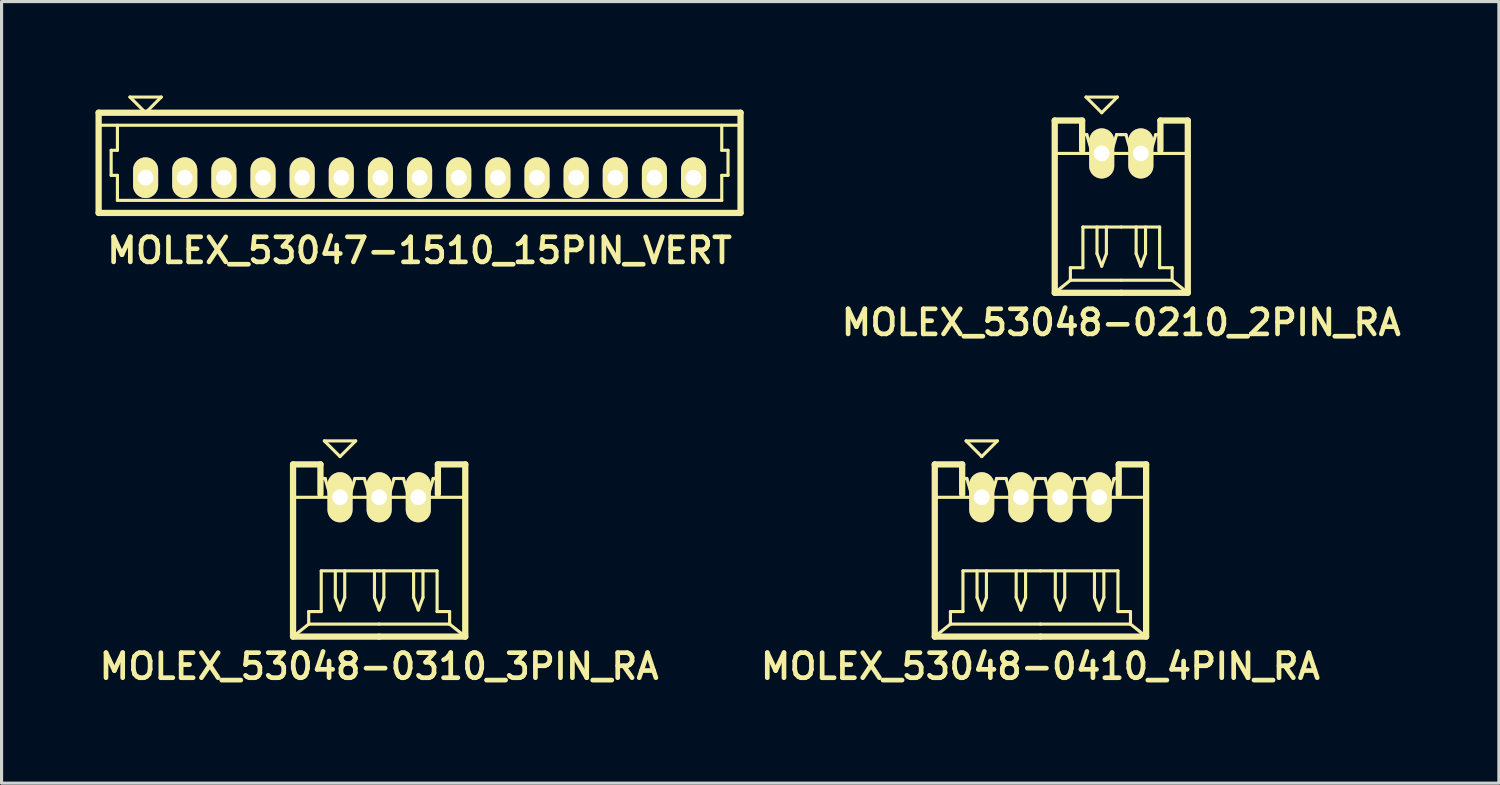
<source format=kicad_pcb>
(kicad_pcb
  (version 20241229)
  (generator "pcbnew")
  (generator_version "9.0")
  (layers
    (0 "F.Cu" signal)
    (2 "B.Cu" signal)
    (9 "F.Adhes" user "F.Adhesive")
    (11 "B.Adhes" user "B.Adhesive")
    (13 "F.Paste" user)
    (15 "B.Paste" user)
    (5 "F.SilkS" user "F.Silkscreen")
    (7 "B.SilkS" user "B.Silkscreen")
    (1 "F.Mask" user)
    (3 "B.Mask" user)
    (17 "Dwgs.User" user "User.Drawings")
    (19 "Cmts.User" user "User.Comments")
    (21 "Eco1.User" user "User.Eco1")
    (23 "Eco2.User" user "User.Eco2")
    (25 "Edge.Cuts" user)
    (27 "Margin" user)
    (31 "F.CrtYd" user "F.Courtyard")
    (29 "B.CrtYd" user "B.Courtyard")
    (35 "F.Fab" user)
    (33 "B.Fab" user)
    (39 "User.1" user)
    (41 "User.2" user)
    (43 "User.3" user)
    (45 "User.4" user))
  (footprint "MOLEX_53048-0310_3PIN_RA"
    (layer "F.Cu")
    (at 9.059 14.531)
    (property "Reference" "MOLEX_53048-0310_3PIN_RA" (at 0 3.7 0) (layer "F.SilkS") (effects (font (size 0.8 0.8) (thickness 0.15))))
    (attr through_hole)
    (fp_line (start -2.75 -2.75) (end -1.875 -2.75) (stroke (width 0.2) (type solid)) (layer "F.SilkS"))
    (fp_line (start -2.75 -1.7) (end 2.75 -1.7) (stroke (width 0.1) (type solid)) (layer "F.SilkS"))
    (fp_line (start -2.75 2.75) (end -2.75 -2.75) (stroke (width 0.2) (type solid)) (layer "F.SilkS"))
    (fp_line (start -2.25 1.95) (end -2.25 2.35) (stroke (width 0.1) (type solid)) (layer "F.SilkS"))
    (fp_line (start -2.25 2.35) (end -2.75 2.75) (stroke (width 0.1) (type solid)) (layer "F.SilkS"))
    (fp_line (start -2.25 2.35) (end 0 2.35) (stroke (width 0.1) (type solid)) (layer "F.SilkS"))
    (fp_line (start -1.875 -2.75) (end -1.875 -1.8) (stroke (width 0.2) (type solid)) (layer "F.SilkS"))
    (fp_line (start -1.875 -2.3) (end -1.725 -2.3) (stroke (width 0.1) (type solid)) (layer "F.SilkS"))
    (fp_line (start -1.85 0.65) (end -1.85 1.95) (stroke (width 0.1) (type solid)) (layer "F.SilkS"))
    (fp_line (start -1.85 1.95) (end -2.25 1.95) (stroke (width 0.1) (type solid)) (layer "F.SilkS"))
    (fp_line (start -1.75 -3.5) (end -1.25 -3) (stroke (width 0.1) (type solid)) (layer "F.SilkS"))
    (fp_line (start -1.725 -2.3) (end -1.55 -1.7) (stroke (width 0.1) (type solid)) (layer "F.SilkS"))
    (fp_line (start -1.55 -1.7) (end -0.95 -1.7) (stroke (width 0.1) (type solid)) (layer "F.SilkS"))
    (fp_line (start -1.4 0.65) (end -1.4 1.5) (stroke (width 0.1) (type solid)) (layer "F.SilkS"))
    (fp_line (start -1.4 1.5) (end -1.25 1.9) (stroke (width 0.1) (type solid)) (layer "F.SilkS"))
    (fp_line (start -1.25 -3) (end -0.75 -3.5) (stroke (width 0.1) (type solid)) (layer "F.SilkS"))
    (fp_line (start -1.25 1.9) (end -1.1 1.5) (stroke (width 0.1) (type solid)) (layer "F.SilkS"))
    (fp_line (start -1.1 1.5) (end -1.1 0.65) (stroke (width 0.1) (type solid)) (layer "F.SilkS"))
    (fp_line (start -0.95 -1.7) (end -0.775 -2.3) (stroke (width 0.1) (type solid)) (layer "F.SilkS"))
    (fp_line (start -0.775 -2.3) (end -0.625 -2.3) (stroke (width 0.1) (type solid)) (layer "F.SilkS"))
    (fp_line (start -0.75 -3.5) (end -1.75 -3.5) (stroke (width 0.1) (type solid)) (layer "F.SilkS"))
    (fp_line (start -0.625 -2.3) (end -0.475 -2.3) (stroke (width 0.1) (type solid)) (layer "F.SilkS"))
    (fp_line (start -0.475 -2.3) (end -0.3 -1.7) (stroke (width 0.1) (type solid)) (layer "F.SilkS"))
    (fp_line (start -0.3 -1.7) (end 0.3 -1.7) (stroke (width 0.1) (type solid)) (layer "F.SilkS"))
    (fp_line (start -0.15 0.65) (end -0.15 1.5) (stroke (width 0.1) (type solid)) (layer "F.SilkS"))
    (fp_line (start -0.15 1.5) (end 0 1.9) (stroke (width 0.1) (type solid)) (layer "F.SilkS"))
    (fp_line (start 0 0.65) (end -1.85 0.65) (stroke (width 0.1) (type solid)) (layer "F.SilkS"))
    (fp_line (start 0 0.65) (end 1.85 0.65) (stroke (width 0.1) (type solid)) (layer "F.SilkS"))
    (fp_line (start 0 1.9) (end 0.15 1.5) (stroke (width 0.1) (type solid)) (layer "F.SilkS"))
    (fp_line (start 0 2.75) (end -2.75 2.75) (stroke (width 0.2) (type solid)) (layer "F.SilkS"))
    (fp_line (start 0 2.75) (end 2.75 2.75) (stroke (width 0.2) (type solid)) (layer "F.SilkS"))
    (fp_line (start 0.15 1.5) (end 0.15 0.65) (stroke (width 0.1) (type solid)) (layer "F.SilkS"))
    (fp_line (start 0.3 -1.7) (end 0.475 -2.3) (stroke (width 0.1) (type solid)) (layer "F.SilkS"))
    (fp_line (start 0.475 -2.3) (end 0.625 -2.3) (stroke (width 0.1) (type solid)) (layer "F.SilkS"))
    (fp_line (start 0.625 -2.3) (end 0.775 -2.3) (stroke (width 0.1) (type solid)) (layer "F.SilkS"))
    (fp_line (start 0.775 -2.3) (end 0.95 -1.7) (stroke (width 0.1) (type solid)) (layer "F.SilkS"))
    (fp_line (start 0.95 -1.7) (end 1.55 -1.7) (stroke (width 0.1) (type solid)) (layer "F.SilkS"))
    (fp_line (start 1.1 0.65) (end 1.1 1.5) (stroke (width 0.1) (type solid)) (layer "F.SilkS"))
    (fp_line (start 1.1 1.5) (end 1.25 1.9) (stroke (width 0.1) (type solid)) (layer "F.SilkS"))
    (fp_line (start 1.25 1.9) (end 1.4 1.5) (stroke (width 0.1) (type solid)) (layer "F.SilkS"))
    (fp_line (start 1.4 1.5) (end 1.4 0.65) (stroke (width 0.1) (type solid)) (layer "F.SilkS"))
    (fp_line (start 1.55 -1.7) (end 1.725 -2.3) (stroke (width 0.1) (type solid)) (layer "F.SilkS"))
    (fp_line (start 1.725 -2.3) (end 1.875 -2.3) (stroke (width 0.1) (type solid)) (layer "F.SilkS"))
    (fp_line (start 1.85 0.65) (end 1.85 1.95) (stroke (width 0.1) (type solid)) (layer "F.SilkS"))
    (fp_line (start 1.85 1.95) (end 2.25 1.95) (stroke (width 0.1) (type solid)) (layer "F.SilkS"))
    (fp_line (start 1.875 -2.75) (end 1.875 -1.8) (stroke (width 0.2) (type solid)) (layer "F.SilkS"))
    (fp_line (start 2.25 1.95) (end 2.25 2.35) (stroke (width 0.1) (type solid)) (layer "F.SilkS"))
    (fp_line (start 2.25 2.35) (end 0 2.35) (stroke (width 0.1) (type solid)) (layer "F.SilkS"))
    (fp_line (start 2.25 2.35) (end 2.75 2.75) (stroke (width 0.1) (type solid)) (layer "F.SilkS"))
    (fp_line (start 2.75 -2.75) (end 1.875 -2.75) (stroke (width 0.2) (type solid)) (layer "F.SilkS"))
    (fp_line (start 2.75 2.75) (end 2.75 -2.75) (stroke (width 0.2) (type solid)) (layer "F.SilkS"))
    (pad "1" thru_hole oval (at -1.25 -1.7) (size 0.8 1.6) (drill 0.5) (layers "*.Cu" "*.Mask" "F.SilkS"))
    (pad "2" thru_hole oval (at 0 -1.7) (size 0.8 1.6) (drill 0.5) (layers "*.Cu" "*.Mask" "F.SilkS"))
    (pad "3" thru_hole oval (at 1.25 -1.7) (size 0.8 1.6) (drill 0.5) (layers "*.Cu" "*.Mask" "F.SilkS")))
  (footprint "MOLEX_53048-0210_2PIN_RA"
    (layer "F.Cu")
    (at 32.759 3.55)
    (property "Reference" "MOLEX_53048-0210_2PIN_RA" (at 0 3.7 0) (layer "F.SilkS") (effects (font (size 0.8 0.8) (thickness 0.15))))
    (attr through_hole)
    (fp_line (start -2.125 -2.75) (end -1.25 -2.75) (stroke (width 0.2) (type solid)) (layer "F.SilkS"))
    (fp_line (start -2.125 -1.7) (end 2.125 -1.7) (stroke (width 0.1) (type solid)) (layer "F.SilkS"))
    (fp_line (start -2.125 2.75) (end -2.125 -2.75) (stroke (width 0.2) (type solid)) (layer "F.SilkS"))
    (fp_line (start -1.625 1.95) (end -1.625 2.35) (stroke (width 0.1) (type solid)) (layer "F.SilkS"))
    (fp_line (start -1.625 2.35) (end -2.125 2.75) (stroke (width 0.1) (type solid)) (layer "F.SilkS"))
    (fp_line (start -1.625 2.35) (end 0 2.35) (stroke (width 0.1) (type solid)) (layer "F.SilkS"))
    (fp_line (start -1.25 -2.75) (end -1.25 -1.8) (stroke (width 0.2) (type solid)) (layer "F.SilkS"))
    (fp_line (start -1.25 -2.3) (end -1.1 -2.3) (stroke (width 0.1) (type solid)) (layer "F.SilkS"))
    (fp_line (start -1.225 0.65) (end -1.225 1.95) (stroke (width 0.1) (type solid)) (layer "F.SilkS"))
    (fp_line (start -1.225 1.95) (end -1.625 1.95) (stroke (width 0.1) (type solid)) (layer "F.SilkS"))
    (fp_line (start -1.125 -3.5) (end -0.625 -3) (stroke (width 0.1) (type solid)) (layer "F.SilkS"))
    (fp_line (start -1.1 -2.3) (end -0.925 -1.7) (stroke (width 0.1) (type solid)) (layer "F.SilkS"))
    (fp_line (start -0.925 -1.7) (end -0.325 -1.7) (stroke (width 0.1) (type solid)) (layer "F.SilkS"))
    (fp_line (start -0.775 0.65) (end -0.775 1.5) (stroke (width 0.1) (type solid)) (layer "F.SilkS"))
    (fp_line (start -0.775 1.5) (end -0.625 1.9) (stroke (width 0.1) (type solid)) (layer "F.SilkS"))
    (fp_line (start -0.625 -3) (end -0.125 -3.5) (stroke (width 0.1) (type solid)) (layer "F.SilkS"))
    (fp_line (start -0.625 1.9) (end -0.475 1.5) (stroke (width 0.1) (type solid)) (layer "F.SilkS"))
    (fp_line (start -0.475 1.5) (end -0.475 0.65) (stroke (width 0.1) (type solid)) (layer "F.SilkS"))
    (fp_line (start -0.325 -1.7) (end -0.15 -2.3) (stroke (width 0.1) (type solid)) (layer "F.SilkS"))
    (fp_line (start -0.15 -2.3) (end 0 -2.3) (stroke (width 0.1) (type solid)) (layer "F.SilkS"))
    (fp_line (start -0.125 -3.5) (end -1.125 -3.5) (stroke (width 0.1) (type solid)) (layer "F.SilkS"))
    (fp_line (start 0 -2.3) (end 0.15 -2.3) (stroke (width 0.1) (type solid)) (layer "F.SilkS"))
    (fp_line (start 0 0.65) (end -1.225 0.65) (stroke (width 0.1) (type solid)) (layer "F.SilkS"))
    (fp_line (start 0 0.65) (end 1.225 0.65) (stroke (width 0.1) (type solid)) (layer "F.SilkS"))
    (fp_line (start 0 2.75) (end -2.125 2.75) (stroke (width 0.2) (type solid)) (layer "F.SilkS"))
    (fp_line (start 0 2.75) (end 2.125 2.75) (stroke (width 0.2) (type solid)) (layer "F.SilkS"))
    (fp_line (start 0.15 -2.3) (end 0.325 -1.7) (stroke (width 0.1) (type solid)) (layer "F.SilkS"))
    (fp_line (start 0.325 -1.7) (end 0.925 -1.7) (stroke (width 0.1) (type solid)) (layer "F.SilkS"))
    (fp_line (start 0.475 0.65) (end 0.475 1.5) (stroke (width 0.1) (type solid)) (layer "F.SilkS"))
    (fp_line (start 0.475 1.5) (end 0.625 1.9) (stroke (width 0.1) (type solid)) (layer "F.SilkS"))
    (fp_line (start 0.625 1.9) (end 0.775 1.5) (stroke (width 0.1) (type solid)) (layer "F.SilkS"))
    (fp_line (start 0.775 1.5) (end 0.775 0.65) (stroke (width 0.1) (type solid)) (layer "F.SilkS"))
    (fp_line (start 0.925 -1.7) (end 1.1 -2.3) (stroke (width 0.1) (type solid)) (layer "F.SilkS"))
    (fp_line (start 1.1 -2.3) (end 1.25 -2.3) (stroke (width 0.1) (type solid)) (layer "F.SilkS"))
    (fp_line (start 1.225 0.65) (end 1.225 1.95) (stroke (width 0.1) (type solid)) (layer "F.SilkS"))
    (fp_line (start 1.225 1.95) (end 1.625 1.95) (stroke (width 0.1) (type solid)) (layer "F.SilkS"))
    (fp_line (start 1.25 -2.75) (end 1.25 -1.8) (stroke (width 0.2) (type solid)) (layer "F.SilkS"))
    (fp_line (start 1.625 1.95) (end 1.625 2.35) (stroke (width 0.1) (type solid)) (layer "F.SilkS"))
    (fp_line (start 1.625 2.35) (end 0 2.35) (stroke (width 0.1) (type solid)) (layer "F.SilkS"))
    (fp_line (start 1.625 2.35) (end 2.125 2.75) (stroke (width 0.1) (type solid)) (layer "F.SilkS"))
    (fp_line (start 2.125 -2.75) (end 1.25 -2.75) (stroke (width 0.2) (type solid)) (layer "F.SilkS"))
    (fp_line (start 2.125 2.75) (end 2.125 -2.75) (stroke (width 0.2) (type solid)) (layer "F.SilkS"))
    (pad "1" thru_hole oval (at -0.625 -1.7) (size 0.8 1.6) (drill 0.5) (layers "*.Cu" "*.Mask" "F.SilkS"))
    (pad "2" thru_hole oval (at 0.625 -1.7) (size 0.8 1.6) (drill 0.5) (layers "*.Cu" "*.Mask" "F.SilkS")))
  (footprint "MOLEX_53047-1510_15PIN_VERT"
    (layer "F.Cu")
    (at 10.35 2.15)
    (property "Reference" "MOLEX_53047-1510_15PIN_VERT" (at 0 2.8 0) (layer "F.SilkS") (effects (font (size 0.8 0.8) (thickness 0.15))))
    (attr through_hole)
    (fp_line (start -10.25 -1.6) (end -10.25 1.6) (stroke (width 0.2) (type solid)) (layer "F.SilkS"))
    (fp_line (start -10.25 -1.6) (end 10.25 -1.6) (stroke (width 0.2) (type solid)) (layer "F.SilkS"))
    (fp_line (start -10.25 -1.2) (end 10.25 -1.2) (stroke (width 0.1) (type solid)) (layer "F.SilkS"))
    (fp_line (start -10.25 1.6) (end 10.25 1.6) (stroke (width 0.2) (type solid)) (layer "F.SilkS"))
    (fp_line (start -9.85 -0.4) (end -9.65 -0.4) (stroke (width 0.1) (type solid)) (layer "F.SilkS"))
    (fp_line (start -9.85 0.4) (end -9.85 -0.4) (stroke (width 0.1) (type solid)) (layer "F.SilkS"))
    (fp_line (start -9.65 -0.4) (end -9.65 -1.2) (stroke (width 0.1) (type solid)) (layer "F.SilkS"))
    (fp_line (start -9.65 0.4) (end -9.85 0.4) (stroke (width 0.1) (type solid)) (layer "F.SilkS"))
    (fp_line (start -9.65 1.2) (end -9.65 0.4) (stroke (width 0.1) (type solid)) (layer "F.SilkS"))
    (fp_line (start -9.25 -2.1) (end -8.75 -1.6) (stroke (width 0.1) (type solid)) (layer "F.SilkS"))
    (fp_line (start -8.75 -1.6) (end -8.25 -2.1) (stroke (width 0.1) (type solid)) (layer "F.SilkS"))
    (fp_line (start -8.25 -2.1) (end -9.25 -2.1) (stroke (width 0.1) (type solid)) (layer "F.SilkS"))
    (fp_line (start 0 1.2) (end -9.65 1.2) (stroke (width 0.1) (type solid)) (layer "F.SilkS"))
    (fp_line (start 0 1.2) (end 9.65 1.2) (stroke (width 0.1) (type solid)) (layer "F.SilkS"))
    (fp_line (start 9.65 -0.4) (end 9.65 -1.2) (stroke (width 0.1) (type solid)) (layer "F.SilkS"))
    (fp_line (start 9.65 0.4) (end 9.85 0.4) (stroke (width 0.1) (type solid)) (layer "F.SilkS"))
    (fp_line (start 9.65 1.2) (end 9.65 0.4) (stroke (width 0.1) (type solid)) (layer "F.SilkS"))
    (fp_line (start 9.85 -0.4) (end 9.65 -0.4) (stroke (width 0.1) (type solid)) (layer "F.SilkS"))
    (fp_line (start 9.85 0.4) (end 9.85 -0.4) (stroke (width 0.1) (type solid)) (layer "F.SilkS"))
    (fp_line (start 10.25 -1.6) (end 10.25 1.6) (stroke (width 0.2) (type solid)) (layer "F.SilkS"))
    (pad "1" thru_hole oval (at -8.75 0.475) (size 0.8 1.3) (drill 0.5) (layers "*.Cu" "*.Mask" "F.SilkS"))
    (pad "2" thru_hole oval (at -7.5 0.475) (size 0.8 1.3) (drill 0.5) (layers "*.Cu" "*.Mask" "F.SilkS"))
    (pad "3" thru_hole oval (at -6.25 0.475) (size 0.8 1.3) (drill 0.5) (layers "*.Cu" "*.Mask" "F.SilkS"))
    (pad "4" thru_hole oval (at -5 0.475) (size 0.8 1.3) (drill 0.5) (layers "*.Cu" "*.Mask" "F.SilkS"))
    (pad "5" thru_hole oval (at -3.75 0.475) (size 0.8 1.3) (drill 0.5) (layers "*.Cu" "*.Mask" "F.SilkS"))
    (pad "6" thru_hole oval (at -2.5 0.475) (size 0.8 1.3) (drill 0.5) (layers "*.Cu" "*.Mask" "F.SilkS"))
    (pad "7" thru_hole oval (at -1.25 0.475) (size 0.8 1.3) (drill 0.5) (layers "*.Cu" "*.Mask" "F.SilkS"))
    (pad "8" thru_hole oval (at 0 0.475) (size 0.8 1.3) (drill 0.5) (layers "*.Cu" "*.Mask" "F.SilkS"))
    (pad "9" thru_hole oval (at 1.25 0.475) (size 0.8 1.3) (drill 0.5) (layers "*.Cu" "*.Mask" "F.SilkS"))
    (pad "10" thru_hole oval (at 2.5 0.475) (size 0.8 1.3) (drill 0.5) (layers "*.Cu" "*.Mask" "F.SilkS"))
    (pad "11" thru_hole oval (at 3.75 0.475) (size 0.8 1.3) (drill 0.5) (layers "*.Cu" "*.Mask" "F.SilkS"))
    (pad "12" thru_hole oval (at 5 0.475) (size 0.8 1.3) (drill 0.5) (layers "*.Cu" "*.Mask" "F.SilkS"))
    (pad "13" thru_hole oval (at 6.25 0.475) (size 0.8 1.3) (drill 0.5) (layers "*.Cu" "*.Mask" "F.SilkS"))
    (pad "14" thru_hole oval (at 7.5 0.475) (size 0.8 1.3) (drill 0.5) (layers "*.Cu" "*.Mask" "F.SilkS"))
    (pad "15" thru_hole oval (at 8.75 0.475) (size 0.8 1.3) (drill 0.5) (layers "*.Cu" "*.Mask" "F.SilkS")))
  (footprint "MOLEX_53048-0410_4PIN_RA"
    (layer "F.Cu")
    (at 30.178 14.531)
    (property "Reference" "MOLEX_53048-0410_4PIN_RA" (at 0 3.7 0) (layer "F.SilkS") (effects (font (size 0.8 0.8) (thickness 0.15))))
    (attr through_hole)
    (fp_line (start -3.375 -2.75) (end -2.5 -2.75) (stroke (width 0.2) (type solid)) (layer "F.SilkS"))
    (fp_line (start -3.375 -1.7) (end 3.375 -1.7) (stroke (width 0.1) (type solid)) (layer "F.SilkS"))
    (fp_line (start -3.375 2.75) (end -3.375 -2.75) (stroke (width 0.2) (type solid)) (layer "F.SilkS"))
    (fp_line (start -2.875 1.95) (end -2.875 2.35) (stroke (width 0.1) (type solid)) (layer "F.SilkS"))
    (fp_line (start -2.875 2.35) (end -3.375 2.75) (stroke (width 0.1) (type solid)) (layer "F.SilkS"))
    (fp_line (start -2.875 2.35) (end 0 2.35) (stroke (width 0.1) (type solid)) (layer "F.SilkS"))
    (fp_line (start -2.5 -2.75) (end -2.5 -1.8) (stroke (width 0.2) (type solid)) (layer "F.SilkS"))
    (fp_line (start -2.5 -2.3) (end -2.35 -2.3) (stroke (width 0.1) (type solid)) (layer "F.SilkS"))
    (fp_line (start -2.475 0.65) (end -2.475 1.95) (stroke (width 0.1) (type solid)) (layer "F.SilkS"))
    (fp_line (start -2.475 1.95) (end -2.875 1.95) (stroke (width 0.1) (type solid)) (layer "F.SilkS"))
    (fp_line (start -2.375 -3.5) (end -1.875 -3) (stroke (width 0.1) (type solid)) (layer "F.SilkS"))
    (fp_line (start -2.35 -2.3) (end -2.175 -1.7) (stroke (width 0.1) (type solid)) (layer "F.SilkS"))
    (fp_line (start -2.175 -1.7) (end -1.575 -1.7) (stroke (width 0.1) (type solid)) (layer "F.SilkS"))
    (fp_line (start -2.025 0.65) (end -2.025 1.5) (stroke (width 0.1) (type solid)) (layer "F.SilkS"))
    (fp_line (start -2.025 1.5) (end -1.875 1.9) (stroke (width 0.1) (type solid)) (layer "F.SilkS"))
    (fp_line (start -1.875 -3) (end -1.375 -3.5) (stroke (width 0.1) (type solid)) (layer "F.SilkS"))
    (fp_line (start -1.875 1.9) (end -1.725 1.5) (stroke (width 0.1) (type solid)) (layer "F.SilkS"))
    (fp_line (start -1.725 1.5) (end -1.725 0.65) (stroke (width 0.1) (type solid)) (layer "F.SilkS"))
    (fp_line (start -1.575 -1.7) (end -1.4 -2.3) (stroke (width 0.1) (type solid)) (layer "F.SilkS"))
    (fp_line (start -1.4 -2.3) (end -1.25 -2.3) (stroke (width 0.1) (type solid)) (layer "F.SilkS"))
    (fp_line (start -1.375 -3.5) (end -2.375 -3.5) (stroke (width 0.1) (type solid)) (layer "F.SilkS"))
    (fp_line (start -1.25 -2.3) (end -1.1 -2.3) (stroke (width 0.1) (type solid)) (layer "F.SilkS"))
    (fp_line (start -1.1 -2.3) (end -0.925 -1.7) (stroke (width 0.1) (type solid)) (layer "F.SilkS"))
    (fp_line (start -0.925 -1.7) (end -0.325 -1.7) (stroke (width 0.1) (type solid)) (layer "F.SilkS"))
    (fp_line (start -0.775 0.65) (end -0.775 1.5) (stroke (width 0.1) (type solid)) (layer "F.SilkS"))
    (fp_line (start -0.775 1.5) (end -0.625 1.9) (stroke (width 0.1) (type solid)) (layer "F.SilkS"))
    (fp_line (start -0.625 1.9) (end -0.475 1.5) (stroke (width 0.1) (type solid)) (layer "F.SilkS"))
    (fp_line (start -0.475 1.5) (end -0.475 0.65) (stroke (width 0.1) (type solid)) (layer "F.SilkS"))
    (fp_line (start -0.325 -1.7) (end -0.15 -2.3) (stroke (width 0.1) (type solid)) (layer "F.SilkS"))
    (fp_line (start -0.15 -2.3) (end 0 -2.3) (stroke (width 0.1) (type solid)) (layer "F.SilkS"))
    (fp_line (start 0 -2.3) (end 0.15 -2.3) (stroke (width 0.1) (type solid)) (layer "F.SilkS"))
    (fp_line (start 0 0.65) (end -2.475 0.65) (stroke (width 0.1) (type solid)) (layer "F.SilkS"))
    (fp_line (start 0 0.65) (end 2.475 0.65) (stroke (width 0.1) (type solid)) (layer "F.SilkS"))
    (fp_line (start 0 2.75) (end -3.375 2.75) (stroke (width 0.2) (type solid)) (layer "F.SilkS"))
    (fp_line (start 0 2.75) (end 3.375 2.75) (stroke (width 0.2) (type solid)) (layer "F.SilkS"))
    (fp_line (start 0.15 -2.3) (end 0.325 -1.7) (stroke (width 0.1) (type solid)) (layer "F.SilkS"))
    (fp_line (start 0.325 -1.7) (end 0.925 -1.7) (stroke (width 0.1) (type solid)) (layer "F.SilkS"))
    (fp_line (start 0.475 0.65) (end 0.475 1.5) (stroke (width 0.1) (type solid)) (layer "F.SilkS"))
    (fp_line (start 0.475 1.5) (end 0.625 1.9) (stroke (width 0.1) (type solid)) (layer "F.SilkS"))
    (fp_line (start 0.625 1.9) (end 0.775 1.5) (stroke (width 0.1) (type solid)) (layer "F.SilkS"))
    (fp_line (start 0.775 1.5) (end 0.775 0.65) (stroke (width 0.1) (type solid)) (layer "F.SilkS"))
    (fp_line (start 0.925 -1.7) (end 1.1 -2.3) (stroke (width 0.1) (type solid)) (layer "F.SilkS"))
    (fp_line (start 1.1 -2.3) (end 1.25 -2.3) (stroke (width 0.1) (type solid)) (layer "F.SilkS"))
    (fp_line (start 1.25 -2.3) (end 1.4 -2.3) (stroke (width 0.1) (type solid)) (layer "F.SilkS"))
    (fp_line (start 1.4 -2.3) (end 1.575 -1.7) (stroke (width 0.1) (type solid)) (layer "F.SilkS"))
    (fp_line (start 1.575 -1.7) (end 2.175 -1.7) (stroke (width 0.1) (type solid)) (layer "F.SilkS"))
    (fp_line (start 1.725 0.65) (end 1.725 1.5) (stroke (width 0.1) (type solid)) (layer "F.SilkS"))
    (fp_line (start 1.725 1.5) (end 1.875 1.9) (stroke (width 0.1) (type solid)) (layer "F.SilkS"))
    (fp_line (start 1.875 1.9) (end 2.025 1.5) (stroke (width 0.1) (type solid)) (layer "F.SilkS"))
    (fp_line (start 2.025 1.5) (end 2.025 0.65) (stroke (width 0.1) (type solid)) (layer "F.SilkS"))
    (fp_line (start 2.175 -1.7) (end 2.35 -2.3) (stroke (width 0.1) (type solid)) (layer "F.SilkS"))
    (fp_line (start 2.35 -2.3) (end 2.5 -2.3) (stroke (width 0.1) (type solid)) (layer "F.SilkS"))
    (fp_line (start 2.475 0.65) (end 2.475 1.95) (stroke (width 0.1) (type solid)) (layer "F.SilkS"))
    (fp_line (start 2.475 1.95) (end 2.875 1.95) (stroke (width 0.1) (type solid)) (layer "F.SilkS"))
    (fp_line (start 2.5 -2.75) (end 2.5 -1.8) (stroke (width 0.2) (type solid)) (layer "F.SilkS"))
    (fp_line (start 2.875 1.95) (end 2.875 2.35) (stroke (width 0.1) (type solid)) (layer "F.SilkS"))
    (fp_line (start 2.875 2.35) (end 0 2.35) (stroke (width 0.1) (type solid)) (layer "F.SilkS"))
    (fp_line (start 2.875 2.35) (end 3.375 2.75) (stroke (width 0.1) (type solid)) (layer "F.SilkS"))
    (fp_line (start 3.375 -2.75) (end 2.5 -2.75) (stroke (width 0.2) (type solid)) (layer "F.SilkS"))
    (fp_line (start 3.375 2.75) (end 3.375 -2.75) (stroke (width 0.2) (type solid)) (layer "F.SilkS"))
    (pad "1" thru_hole oval (at -1.875 -1.7) (size 0.8 1.6) (drill 0.5) (layers "*.Cu" "*.Mask" "F.SilkS"))
    (pad "2" thru_hole oval (at -0.625 -1.7) (size 0.8 1.6) (drill 0.5) (layers "*.Cu" "*.Mask" "F.SilkS"))
    (pad "3" thru_hole oval (at 0.625 -1.7) (size 0.8 1.6) (drill 0.5) (layers "*.Cu" "*.Mask" "F.SilkS"))
    (pad "4" thru_hole oval (at 1.875 -1.7) (size 0.8 1.6) (drill 0.5) (layers "*.Cu" "*.Mask" "F.SilkS")))
  (gr_rect
    (start -3 -3)
    (end 44.819 21.962)
    (stroke (width 0.1) (type default))
    (fill no)
    (layer "Edge.Cuts")))
</source>
